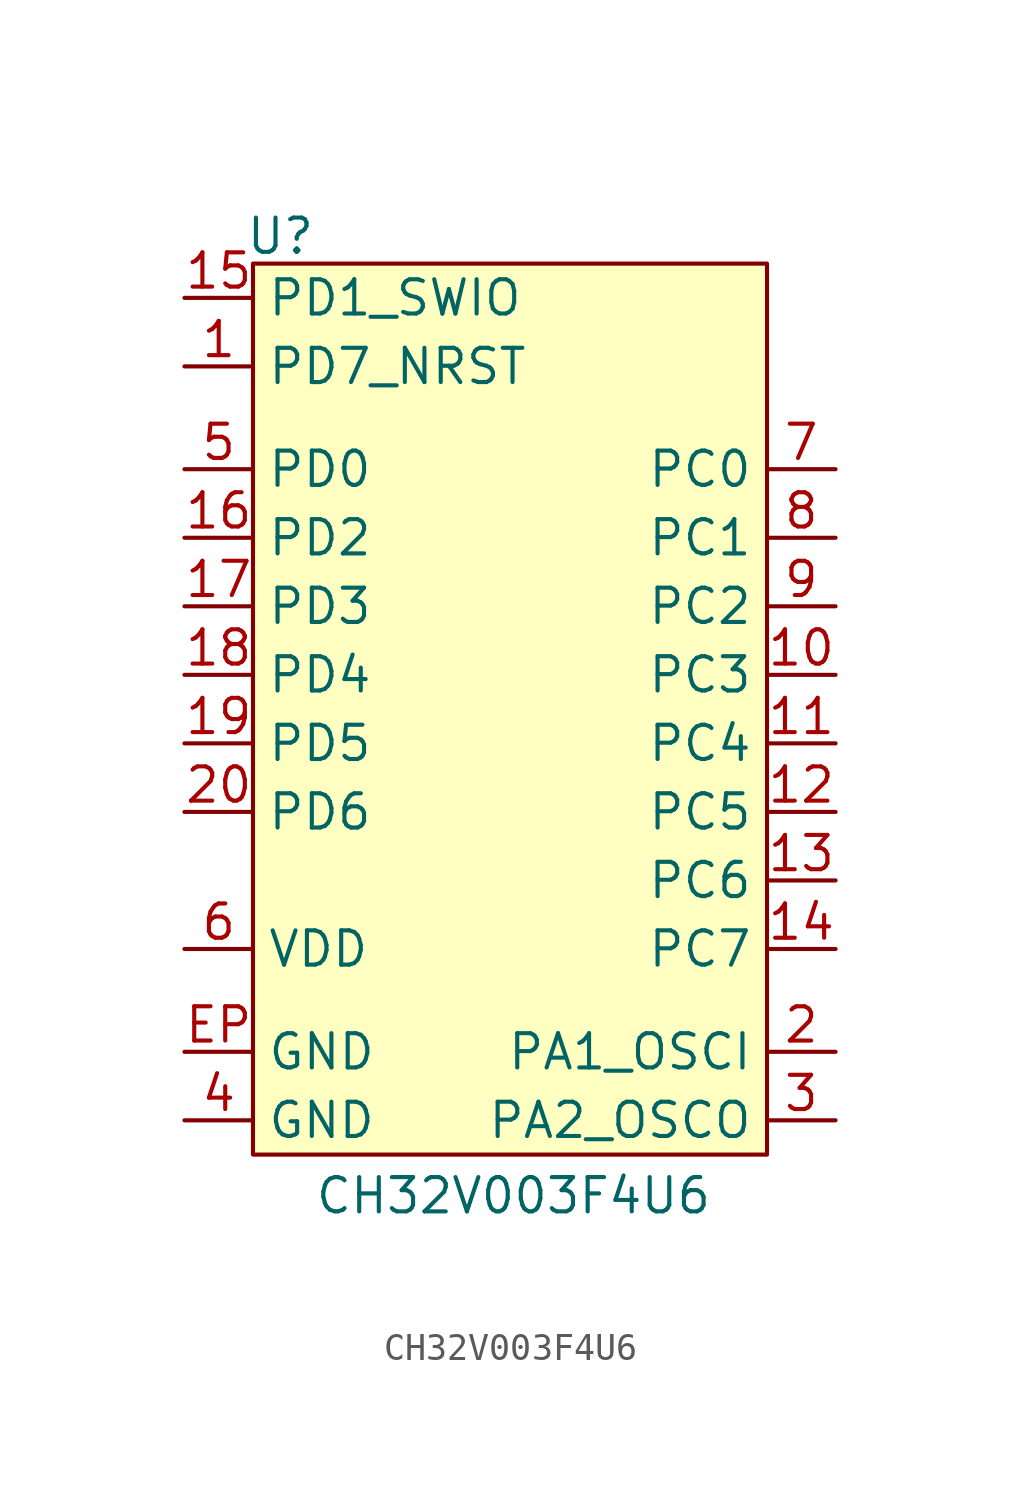
<source format=kicad_sym>
(kicad_symbol_lib
  (version 20241209)
  (generator "kicad_symbol_editor")
  (generator_version "9.0")
  (symbol "CH32V003F4U6"
    (property "Reference" "U"
      (at -9.144 16.256 0)
      (effects (font (size 1.27 1.27))))
    (property "Value" "CH32V003F4U6"
      (at -0.508 -19.304 0)
      (effects (font (size 1.27 1.27))))
    (symbol "CH32V003F4U6_1_1"
      (rectangle (start -10.16 15.24) (end 8.89 -17.78) (stroke (width 0) (type solid)) (fill (type color) (color 255 255 194 1)))
      (pin passive line (at -12.7 13.97 0) (length 2.54) (name "PD1_SWIO" (effects (font (size 1.27 1.27)))) (number "15" (effects (font (size 1.27 1.27)))))
      (pin passive line (at -12.7 11.43 0) (length 2.54) (name "PD7_NRST" (effects (font (size 1.27 1.27)))) (number "1" (effects (font (size 1.27 1.27)))))
      (pin passive line (at -12.7 7.62 0) (length 2.54) (name "PD0" (effects (font (size 1.27 1.27)))) (number "5" (effects (font (size 1.27 1.27)))))
      (pin passive line (at -12.7 5.08 0) (length 2.54) (name "PD2" (effects (font (size 1.27 1.27)))) (number "16" (effects (font (size 1.27 1.27)))))
      (pin passive line (at -12.7 2.54 0) (length 2.54) (name "PD3" (effects (font (size 1.27 1.27)))) (number "17" (effects (font (size 1.27 1.27)))))
      (pin passive line (at -12.7 0 0) (length 2.54) (name "PD4" (effects (font (size 1.27 1.27)))) (number "18" (effects (font (size 1.27 1.27)))))
      (pin passive line (at -12.7 -2.54 0) (length 2.54) (name "PD5" (effects (font (size 1.27 1.27)))) (number "19" (effects (font (size 1.27 1.27)))))
      (pin passive line (at -12.7 -5.08 0) (length 2.54) (name "PD6" (effects (font (size 1.27 1.27)))) (number "20" (effects (font (size 1.27 1.27)))))
      (pin power_in line (at -12.7 -10.16 0) (length 2.54) (name "VDD" (effects (font (size 1.27 1.27)))) (number "6" (effects (font (size 1.27 1.27)))))
      (pin power_in line (at -12.7 -13.97 0) (length 2.54) (name "GND" (effects (font (size 1.27 1.27)))) (number "EP" (effects (font (size 1.27 1.27)))))
      (pin power_in line (at -12.7 -16.51 0) (length 2.54) (name "GND" (effects (font (size 1.27 1.27)))) (number "4" (effects (font (size 1.27 1.27)))))
      (pin passive line (at 11.43 7.62 180) (length 2.54) (name "PC0" (effects (font (size 1.27 1.27)))) (number "7" (effects (font (size 1.27 1.27)))))
      (pin passive line (at 11.43 5.08 180) (length 2.54) (name "PC1" (effects (font (size 1.27 1.27)))) (number "8" (effects (font (size 1.27 1.27)))))
      (pin passive line (at 11.43 2.54 180) (length 2.54) (name "PC2" (effects (font (size 1.27 1.27)))) (number "9" (effects (font (size 1.27 1.27)))))
      (pin passive line (at 11.43 0 180) (length 2.54) (name "PC3" (effects (font (size 1.27 1.27)))) (number "10" (effects (font (size 1.27 1.27)))))
      (pin passive line (at 11.43 -2.54 180) (length 2.54) (name "PC4" (effects (font (size 1.27 1.27)))) (number "11" (effects (font (size 1.27 1.27)))))
      (pin passive line (at 11.43 -5.08 180) (length 2.54) (name "PC5" (effects (font (size 1.27 1.27)))) (number "12" (effects (font (size 1.27 1.27)))))
      (pin passive line (at 11.43 -7.62 180) (length 2.54) (name "PC6" (effects (font (size 1.27 1.27)))) (number "13" (effects (font (size 1.27 1.27)))))
      (pin passive line (at 11.43 -10.16 180) (length 2.54) (name "PC7" (effects (font (size 1.27 1.27)))) (number "14" (effects (font (size 1.27 1.27)))))
      (pin passive line (at 11.43 -13.97 180) (length 2.54) (name "PA1_OSCI" (effects (font (size 1.27 1.27)))) (number "2" (effects (font (size 1.27 1.27)))))
      (pin passive line (at 11.43 -16.51 180) (length 2.54) (name "PA2_OSCO" (effects (font (size 1.27 1.27)))) (number "3" (effects (font (size 1.27 1.27))))))))
</source>
